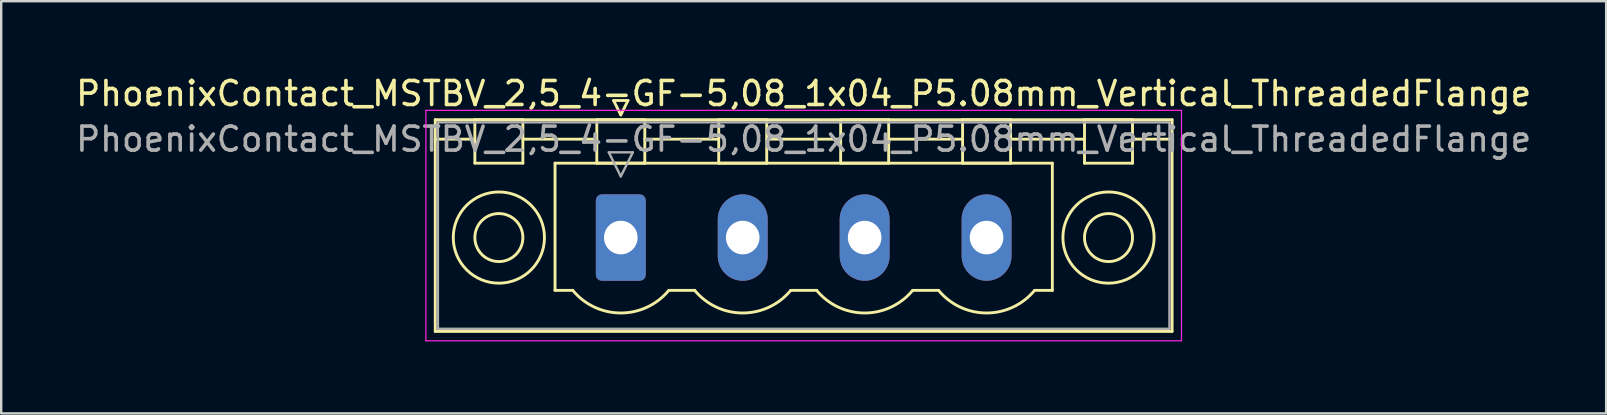
<source format=kicad_pcb>
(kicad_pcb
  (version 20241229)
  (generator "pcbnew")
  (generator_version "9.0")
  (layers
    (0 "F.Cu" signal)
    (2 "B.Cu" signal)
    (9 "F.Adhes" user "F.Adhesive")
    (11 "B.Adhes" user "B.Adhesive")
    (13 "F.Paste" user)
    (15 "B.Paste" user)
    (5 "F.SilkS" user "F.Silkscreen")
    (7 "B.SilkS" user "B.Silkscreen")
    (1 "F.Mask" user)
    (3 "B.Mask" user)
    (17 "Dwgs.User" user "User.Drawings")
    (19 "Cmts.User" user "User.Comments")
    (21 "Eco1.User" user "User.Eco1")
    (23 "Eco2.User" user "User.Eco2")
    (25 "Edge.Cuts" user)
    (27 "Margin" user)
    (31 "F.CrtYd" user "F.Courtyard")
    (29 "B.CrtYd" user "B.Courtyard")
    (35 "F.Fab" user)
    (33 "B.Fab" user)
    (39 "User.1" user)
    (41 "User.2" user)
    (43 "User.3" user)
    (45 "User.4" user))
  (footprint "PhoenixContact_MSTBV_2,5_4-GF-5,08_1x04_P5.08mm_Vertical_ThreadedFlange"
    (layer "F.Cu")
    (at 22.815 6.848)
    (property "Reference" "PhoenixContact_MSTBV_2,5_4-GF-5,08_1x04_P5.08mm_Vertical_ThreadedFlange" (at 7.62 -6 0) (layer "F.SilkS") (effects (font (size 1 1) (thickness 0.15))))
    (attr through_hole)
    (fp_line (start -7.73 -4.91) (end -7.73 3.91) (stroke (width 0.12) (type solid)) (layer "F.SilkS"))
    (fp_line (start -7.73 -4.1) (end -6.19 -4.1) (stroke (width 0.12) (type solid)) (layer "F.SilkS"))
    (fp_line (start -7.73 3.91) (end 22.97 3.91) (stroke (width 0.12) (type solid)) (layer "F.SilkS"))
    (fp_line (start -6.08 -4.91) (end -4.08 -4.91) (stroke (width 0.12) (type solid)) (layer "F.SilkS"))
    (fp_line (start -6.08 -3.1) (end -6.08 -4.91) (stroke (width 0.12) (type solid)) (layer "F.SilkS"))
    (fp_line (start -4.08 -4.91) (end -4.08 -3.1) (stroke (width 0.12) (type solid)) (layer "F.SilkS"))
    (fp_line (start -4.08 -4.1) (end -1 -4.1) (stroke (width 0.12) (type solid)) (layer "F.SilkS"))
    (fp_line (start -4.08 -3.1) (end -6.08 -3.1) (stroke (width 0.12) (type solid)) (layer "F.SilkS"))
    (fp_line (start -2.74 -3.1) (end 17.98 -3.1) (stroke (width 0.12) (type solid)) (layer "F.SilkS"))
    (fp_line (start -2.74 2.2) (end -2.74 -3.1) (stroke (width 0.12) (type solid)) (layer "F.SilkS"))
    (fp_line (start -2 2.2) (end -2.74 2.2) (stroke (width 0.12) (type solid)) (layer "F.SilkS"))
    (fp_line (start -1 -4.91) (end 1 -4.91) (stroke (width 0.12) (type solid)) (layer "F.SilkS"))
    (fp_line (start -1 -3.1) (end -1 -4.91) (stroke (width 0.12) (type solid)) (layer "F.SilkS"))
    (fp_line (start -0.3 -5.71) (end 0.3 -5.71) (stroke (width 0.12) (type solid)) (layer "F.SilkS"))
    (fp_line (start 0 -5.11) (end -0.3 -5.71) (stroke (width 0.12) (type solid)) (layer "F.SilkS"))
    (fp_line (start 0.3 -5.71) (end 0 -5.11) (stroke (width 0.12) (type solid)) (layer "F.SilkS"))
    (fp_line (start 1 -4.91) (end 1 -3.1) (stroke (width 0.12) (type solid)) (layer "F.SilkS"))
    (fp_line (start 1 -4.1) (end 4.08 -4.1) (stroke (width 0.12) (type solid)) (layer "F.SilkS"))
    (fp_line (start 1 -3.1) (end -1 -3.1) (stroke (width 0.12) (type solid)) (layer "F.SilkS"))
    (fp_line (start 2 2.2) (end 3.08 2.2) (stroke (width 0.12) (type solid)) (layer "F.SilkS"))
    (fp_line (start 4.08 -4.91) (end 6.08 -4.91) (stroke (width 0.12) (type solid)) (layer "F.SilkS"))
    (fp_line (start 4.08 -3.1) (end 4.08 -4.91) (stroke (width 0.12) (type solid)) (layer "F.SilkS"))
    (fp_line (start 6.08 -4.91) (end 6.08 -3.1) (stroke (width 0.12) (type solid)) (layer "F.SilkS"))
    (fp_line (start 6.08 -4.1) (end 9.16 -4.1) (stroke (width 0.12) (type solid)) (layer "F.SilkS"))
    (fp_line (start 6.08 -3.1) (end 4.08 -3.1) (stroke (width 0.12) (type solid)) (layer "F.SilkS"))
    (fp_line (start 7.08 2.2) (end 8.16 2.2) (stroke (width 0.12) (type solid)) (layer "F.SilkS"))
    (fp_line (start 9.16 -4.91) (end 11.16 -4.91) (stroke (width 0.12) (type solid)) (layer "F.SilkS"))
    (fp_line (start 9.16 -3.1) (end 9.16 -4.91) (stroke (width 0.12) (type solid)) (layer "F.SilkS"))
    (fp_line (start 11.16 -4.91) (end 11.16 -3.1) (stroke (width 0.12) (type solid)) (layer "F.SilkS"))
    (fp_line (start 11.16 -4.1) (end 14.24 -4.1) (stroke (width 0.12) (type solid)) (layer "F.SilkS"))
    (fp_line (start 11.16 -3.1) (end 9.16 -3.1) (stroke (width 0.12) (type solid)) (layer "F.SilkS"))
    (fp_line (start 12.16 2.2) (end 13.24 2.2) (stroke (width 0.12) (type solid)) (layer "F.SilkS"))
    (fp_line (start 14.24 -4.91) (end 16.24 -4.91) (stroke (width 0.12) (type solid)) (layer "F.SilkS"))
    (fp_line (start 14.24 -3.1) (end 14.24 -4.91) (stroke (width 0.12) (type solid)) (layer "F.SilkS"))
    (fp_line (start 16.24 -4.91) (end 16.24 -3.1) (stroke (width 0.12) (type solid)) (layer "F.SilkS"))
    (fp_line (start 16.24 -4.1) (end 19.32 -4.1) (stroke (width 0.12) (type solid)) (layer "F.SilkS"))
    (fp_line (start 16.24 -3.1) (end 14.24 -3.1) (stroke (width 0.12) (type solid)) (layer "F.SilkS"))
    (fp_line (start 17.98 -3.1) (end 17.98 2.2) (stroke (width 0.12) (type solid)) (layer "F.SilkS"))
    (fp_line (start 17.98 2.2) (end 17.24 2.2) (stroke (width 0.12) (type solid)) (layer "F.SilkS"))
    (fp_line (start 19.32 -4.91) (end 21.32 -4.91) (stroke (width 0.12) (type solid)) (layer "F.SilkS"))
    (fp_line (start 19.32 -3.1) (end 19.32 -4.91) (stroke (width 0.12) (type solid)) (layer "F.SilkS"))
    (fp_line (start 21.32 -4.91) (end 21.32 -3.1) (stroke (width 0.12) (type solid)) (layer "F.SilkS"))
    (fp_line (start 21.32 -3.1) (end 19.32 -3.1) (stroke (width 0.12) (type solid)) (layer "F.SilkS"))
    (fp_line (start 22.97 -4.91) (end -7.73 -4.91) (stroke (width 0.12) (type solid)) (layer "F.SilkS"))
    (fp_line (start 22.97 -4.1) (end 21.43 -4.1) (stroke (width 0.12) (type solid)) (layer "F.SilkS"))
    (fp_line (start 22.97 3.91) (end 22.97 -4.91) (stroke (width 0.12) (type solid)) (layer "F.SilkS"))
    (fp_arc (start 1.986842 2.215821) (mid -0.010289 3.142758) (end -2 2.2) (stroke (width 0.12) (type solid)) (layer "F.SilkS"))
    (fp_arc (start 7.066842 2.215821) (mid 5.069711 3.142758) (end 3.08 2.2) (stroke (width 0.12) (type solid)) (layer "F.SilkS"))
    (fp_arc (start 12.146842 2.215821) (mid 10.149711 3.142758) (end 8.16 2.2) (stroke (width 0.12) (type solid)) (layer "F.SilkS"))
    (fp_arc (start 17.226842 2.215821) (mid 15.229711 3.142758) (end 13.24 2.2) (stroke (width 0.12) (type solid)) (layer "F.SilkS"))
    (fp_circle (center -5.08 0) (end -4.08 0) (stroke (width 0.12) (type solid)) (fill no) (layer "F.SilkS"))
    (fp_circle (center -5.08 0) (end -3.18 0) (stroke (width 0.12) (type solid)) (fill no) (layer "F.SilkS"))
    (fp_circle (center 20.32 0) (end 21.32 0) (stroke (width 0.12) (type solid)) (fill no) (layer "F.SilkS"))
    (fp_circle (center 20.32 0) (end 22.22 0) (stroke (width 0.12) (type solid)) (fill no) (layer "F.SilkS"))
    (fp_line (start -8.12 -5.3) (end -8.12 4.3) (stroke (width 0.05) (type solid)) (layer "F.CrtYd"))
    (fp_line (start -8.12 4.3) (end 23.36 4.3) (stroke (width 0.05) (type solid)) (layer "F.CrtYd"))
    (fp_line (start 23.36 -5.3) (end -8.12 -5.3) (stroke (width 0.05) (type solid)) (layer "F.CrtYd"))
    (fp_line (start 23.36 4.3) (end 23.36 -5.3) (stroke (width 0.05) (type solid)) (layer "F.CrtYd"))
    (fp_line (start -7.62 -4.8) (end -7.62 3.8) (stroke (width 0.1) (type solid)) (layer "F.Fab"))
    (fp_line (start -7.62 3.8) (end 22.86 3.8) (stroke (width 0.1) (type solid)) (layer "F.Fab"))
    (fp_line (start -0.5 -3.55) (end 0.5 -3.55) (stroke (width 0.1) (type solid)) (layer "F.Fab"))
    (fp_line (start 0 -2.55) (end -0.5 -3.55) (stroke (width 0.1) (type solid)) (layer "F.Fab"))
    (fp_line (start 0.5 -3.55) (end 0 -2.55) (stroke (width 0.1) (type solid)) (layer "F.Fab"))
    (fp_line (start 22.86 -4.8) (end -7.62 -4.8) (stroke (width 0.1) (type solid)) (layer "F.Fab"))
    (fp_line (start 22.86 3.8) (end 22.86 -4.8) (stroke (width 0.1) (type solid)) (layer "F.Fab"))
    (fp_text user "${REFERENCE}" (at 7.62 -4.1 0) (layer "F.Fab") (effects (font (size 1 1) (thickness 0.15))))
    (pad "1" thru_hole roundrect (at 0 0) (size 2.08 3.6) (drill 1.4) (layers "*.Cu" "*.Mask") (roundrect_rratio 0.12))
    (pad "2" thru_hole oval (at 5.08 0) (size 2.08 3.6) (drill 1.4) (layers "*.Cu" "*.Mask"))
    (pad "3" thru_hole oval (at 10.16 0) (size 2.08 3.6) (drill 1.4) (layers "*.Cu" "*.Mask"))
    (pad "4" thru_hole oval (at 15.24 0) (size 2.08 3.6) (drill 1.4) (layers "*.Cu" "*.Mask")))
  (gr_rect
    (start -3 -3)
    (end 63.869 14.173)
    (stroke (width 0.1) (type default))
    (fill no)
    (layer "Edge.Cuts")))
</source>
